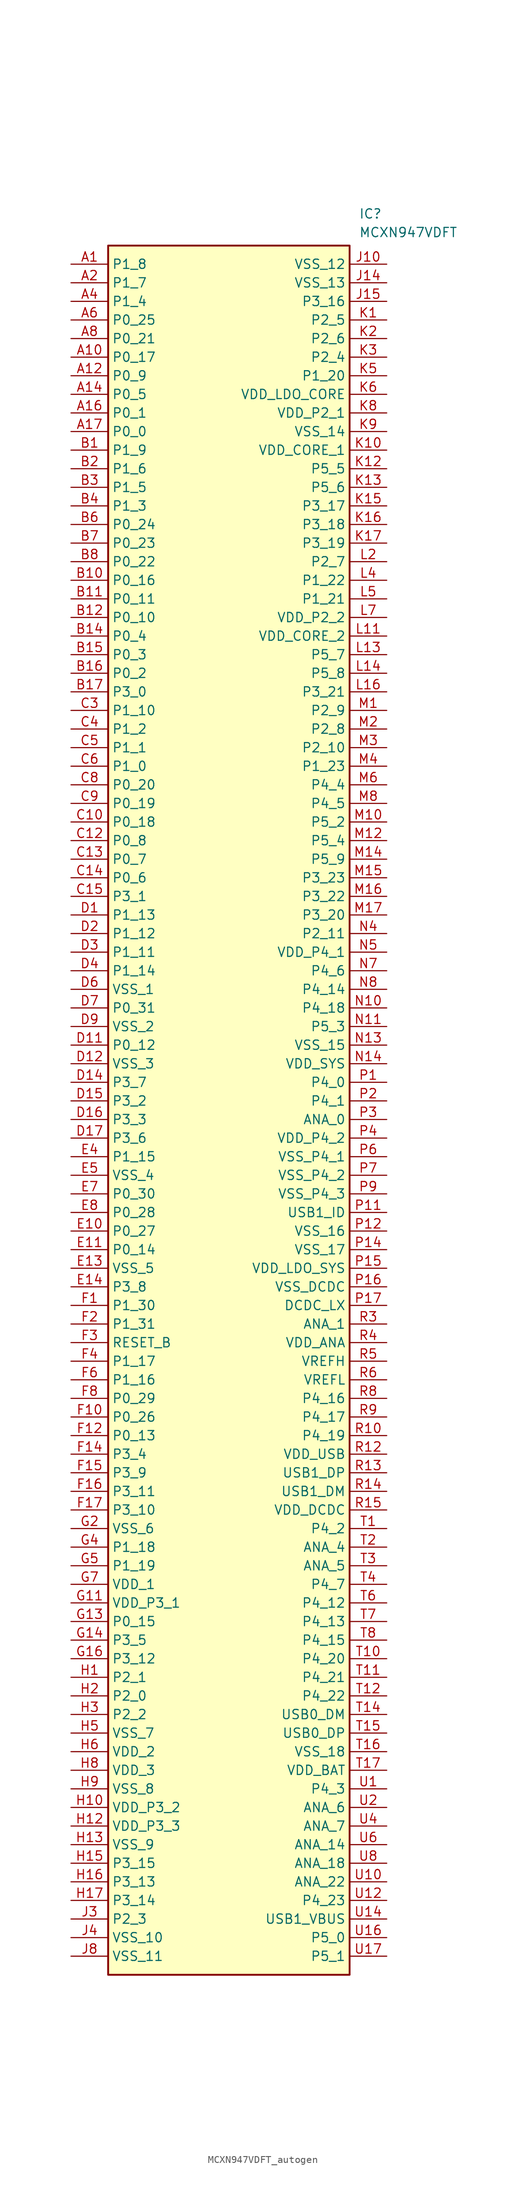
<source format=kicad_sym>
(kicad_symbol_lib
  (version 20231120)
  (generator "kicad_symbol_editor")
  (generator_version "8.0")
  (symbol "MCXN947VDFT_autogen"
    (property "Reference" "IC"
      (at 39.37 7.62 0)
      (effects (font (size 1.27 1.27)) (justify left top)))
    (property "Value" "MCXN947VDFT"
      (at 39.37 5.08 0)
      (effects (font (size 1.27 1.27)) (justify left top)))
    (symbol "MCXN947VDFT_autogen_1_1"
      (rectangle (start 5.08 2.54) (end 38.1 -233.68) (stroke (width 0.254) (type default)) (fill (type background)))
      (pin passive line (at 0 0 0) (length 5.08) (name "P1_8" (effects (font (size 1.27 1.27)))) (number "A1" (effects (font (size 1.27 1.27)))))
      (pin passive line (at 0 -12.7 0) (length 5.08) (name "P0_17" (effects (font (size 1.27 1.27)))) (number "A10" (effects (font (size 1.27 1.27)))))
      (pin passive line (at 0 -15.24 0) (length 5.08) (name "P0_9" (effects (font (size 1.27 1.27)))) (number "A12" (effects (font (size 1.27 1.27)))))
      (pin passive line (at 0 -17.78 0) (length 5.08) (name "P0_5" (effects (font (size 1.27 1.27)))) (number "A14" (effects (font (size 1.27 1.27)))))
      (pin passive line (at 0 -20.32 0) (length 5.08) (name "P0_1" (effects (font (size 1.27 1.27)))) (number "A16" (effects (font (size 1.27 1.27)))))
      (pin passive line (at 0 -22.86 0) (length 5.08) (name "P0_0" (effects (font (size 1.27 1.27)))) (number "A17" (effects (font (size 1.27 1.27)))))
      (pin passive line (at 0 -2.54 0) (length 5.08) (name "P1_7" (effects (font (size 1.27 1.27)))) (number "A2" (effects (font (size 1.27 1.27)))))
      (pin passive line (at 0 -5.08 0) (length 5.08) (name "P1_4" (effects (font (size 1.27 1.27)))) (number "A4" (effects (font (size 1.27 1.27)))))
      (pin passive line (at 0 -7.62 0) (length 5.08) (name "P0_25" (effects (font (size 1.27 1.27)))) (number "A6" (effects (font (size 1.27 1.27)))))
      (pin passive line (at 0 -10.16 0) (length 5.08) (name "P0_21" (effects (font (size 1.27 1.27)))) (number "A8" (effects (font (size 1.27 1.27)))))
      (pin passive line (at 0 -25.4 0) (length 5.08) (name "P1_9" (effects (font (size 1.27 1.27)))) (number "B1" (effects (font (size 1.27 1.27)))))
      (pin passive line (at 0 -43.18 0) (length 5.08) (name "P0_16" (effects (font (size 1.27 1.27)))) (number "B10" (effects (font (size 1.27 1.27)))))
      (pin passive line (at 0 -45.72 0) (length 5.08) (name "P0_11" (effects (font (size 1.27 1.27)))) (number "B11" (effects (font (size 1.27 1.27)))))
      (pin passive line (at 0 -48.26 0) (length 5.08) (name "P0_10" (effects (font (size 1.27 1.27)))) (number "B12" (effects (font (size 1.27 1.27)))))
      (pin passive line (at 0 -50.8 0) (length 5.08) (name "P0_4" (effects (font (size 1.27 1.27)))) (number "B14" (effects (font (size 1.27 1.27)))))
      (pin passive line (at 0 -53.34 0) (length 5.08) (name "P0_3" (effects (font (size 1.27 1.27)))) (number "B15" (effects (font (size 1.27 1.27)))))
      (pin passive line (at 0 -55.88 0) (length 5.08) (name "P0_2" (effects (font (size 1.27 1.27)))) (number "B16" (effects (font (size 1.27 1.27)))))
      (pin passive line (at 0 -58.42 0) (length 5.08) (name "P3_0" (effects (font (size 1.27 1.27)))) (number "B17" (effects (font (size 1.27 1.27)))))
      (pin passive line (at 0 -27.94 0) (length 5.08) (name "P1_6" (effects (font (size 1.27 1.27)))) (number "B2" (effects (font (size 1.27 1.27)))))
      (pin passive line (at 0 -30.48 0) (length 5.08) (name "P1_5" (effects (font (size 1.27 1.27)))) (number "B3" (effects (font (size 1.27 1.27)))))
      (pin passive line (at 0 -33.02 0) (length 5.08) (name "P1_3" (effects (font (size 1.27 1.27)))) (number "B4" (effects (font (size 1.27 1.27)))))
      (pin passive line (at 0 -35.56 0) (length 5.08) (name "P0_24" (effects (font (size 1.27 1.27)))) (number "B6" (effects (font (size 1.27 1.27)))))
      (pin passive line (at 0 -38.1 0) (length 5.08) (name "P0_23" (effects (font (size 1.27 1.27)))) (number "B7" (effects (font (size 1.27 1.27)))))
      (pin passive line (at 0 -40.64 0) (length 5.08) (name "P0_22" (effects (font (size 1.27 1.27)))) (number "B8" (effects (font (size 1.27 1.27)))))
      (pin passive line (at 0 -76.2 0) (length 5.08) (name "P0_18" (effects (font (size 1.27 1.27)))) (number "C10" (effects (font (size 1.27 1.27)))))
      (pin passive line (at 0 -78.74 0) (length 5.08) (name "P0_8" (effects (font (size 1.27 1.27)))) (number "C12" (effects (font (size 1.27 1.27)))))
      (pin passive line (at 0 -81.28 0) (length 5.08) (name "P0_7" (effects (font (size 1.27 1.27)))) (number "C13" (effects (font (size 1.27 1.27)))))
      (pin passive line (at 0 -83.82 0) (length 5.08) (name "P0_6" (effects (font (size 1.27 1.27)))) (number "C14" (effects (font (size 1.27 1.27)))))
      (pin passive line (at 0 -86.36 0) (length 5.08) (name "P3_1" (effects (font (size 1.27 1.27)))) (number "C15" (effects (font (size 1.27 1.27)))))
      (pin passive line (at 0 -60.96 0) (length 5.08) (name "P1_10" (effects (font (size 1.27 1.27)))) (number "C3" (effects (font (size 1.27 1.27)))))
      (pin passive line (at 0 -63.5 0) (length 5.08) (name "P1_2" (effects (font (size 1.27 1.27)))) (number "C4" (effects (font (size 1.27 1.27)))))
      (pin passive line (at 0 -66.04 0) (length 5.08) (name "P1_1" (effects (font (size 1.27 1.27)))) (number "C5" (effects (font (size 1.27 1.27)))))
      (pin passive line (at 0 -68.58 0) (length 5.08) (name "P1_0" (effects (font (size 1.27 1.27)))) (number "C6" (effects (font (size 1.27 1.27)))))
      (pin passive line (at 0 -71.12 0) (length 5.08) (name "P0_20" (effects (font (size 1.27 1.27)))) (number "C8" (effects (font (size 1.27 1.27)))))
      (pin passive line (at 0 -73.66 0) (length 5.08) (name "P0_19" (effects (font (size 1.27 1.27)))) (number "C9" (effects (font (size 1.27 1.27)))))
      (pin passive line (at 0 -88.9 0) (length 5.08) (name "P1_13" (effects (font (size 1.27 1.27)))) (number "D1" (effects (font (size 1.27 1.27)))))
      (pin passive line (at 0 -106.68 0) (length 5.08) (name "P0_12" (effects (font (size 1.27 1.27)))) (number "D11" (effects (font (size 1.27 1.27)))))
      (pin passive line (at 0 -109.22 0) (length 5.08) (name "VSS_3" (effects (font (size 1.27 1.27)))) (number "D12" (effects (font (size 1.27 1.27)))))
      (pin passive line (at 0 -111.76 0) (length 5.08) (name "P3_7" (effects (font (size 1.27 1.27)))) (number "D14" (effects (font (size 1.27 1.27)))))
      (pin passive line (at 0 -114.3 0) (length 5.08) (name "P3_2" (effects (font (size 1.27 1.27)))) (number "D15" (effects (font (size 1.27 1.27)))))
      (pin passive line (at 0 -116.84 0) (length 5.08) (name "P3_3" (effects (font (size 1.27 1.27)))) (number "D16" (effects (font (size 1.27 1.27)))))
      (pin passive line (at 0 -119.38 0) (length 5.08) (name "P3_6" (effects (font (size 1.27 1.27)))) (number "D17" (effects (font (size 1.27 1.27)))))
      (pin passive line (at 0 -91.44 0) (length 5.08) (name "P1_12" (effects (font (size 1.27 1.27)))) (number "D2" (effects (font (size 1.27 1.27)))))
      (pin passive line (at 0 -93.98 0) (length 5.08) (name "P1_11" (effects (font (size 1.27 1.27)))) (number "D3" (effects (font (size 1.27 1.27)))))
      (pin passive line (at 0 -96.52 0) (length 5.08) (name "P1_14" (effects (font (size 1.27 1.27)))) (number "D4" (effects (font (size 1.27 1.27)))))
      (pin passive line (at 0 -99.06 0) (length 5.08) (name "VSS_1" (effects (font (size 1.27 1.27)))) (number "D6" (effects (font (size 1.27 1.27)))))
      (pin passive line (at 0 -101.6 0) (length 5.08) (name "P0_31" (effects (font (size 1.27 1.27)))) (number "D7" (effects (font (size 1.27 1.27)))))
      (pin passive line (at 0 -104.14 0) (length 5.08) (name "VSS_2" (effects (font (size 1.27 1.27)))) (number "D9" (effects (font (size 1.27 1.27)))))
      (pin passive line (at 0 -132.08 0) (length 5.08) (name "P0_27" (effects (font (size 1.27 1.27)))) (number "E10" (effects (font (size 1.27 1.27)))))
      (pin passive line (at 0 -134.62 0) (length 5.08) (name "P0_14" (effects (font (size 1.27 1.27)))) (number "E11" (effects (font (size 1.27 1.27)))))
      (pin passive line (at 0 -137.16 0) (length 5.08) (name "VSS_5" (effects (font (size 1.27 1.27)))) (number "E13" (effects (font (size 1.27 1.27)))))
      (pin passive line (at 0 -139.7 0) (length 5.08) (name "P3_8" (effects (font (size 1.27 1.27)))) (number "E14" (effects (font (size 1.27 1.27)))))
      (pin passive line (at 0 -121.92 0) (length 5.08) (name "P1_15" (effects (font (size 1.27 1.27)))) (number "E4" (effects (font (size 1.27 1.27)))))
      (pin passive line (at 0 -124.46 0) (length 5.08) (name "VSS_4" (effects (font (size 1.27 1.27)))) (number "E5" (effects (font (size 1.27 1.27)))))
      (pin passive line (at 0 -127 0) (length 5.08) (name "P0_30" (effects (font (size 1.27 1.27)))) (number "E7" (effects (font (size 1.27 1.27)))))
      (pin passive line (at 0 -129.54 0) (length 5.08) (name "P0_28" (effects (font (size 1.27 1.27)))) (number "E8" (effects (font (size 1.27 1.27)))))
      (pin passive line (at 0 -142.24 0) (length 5.08) (name "P1_30" (effects (font (size 1.27 1.27)))) (number "F1" (effects (font (size 1.27 1.27)))))
      (pin passive line (at 0 -157.48 0) (length 5.08) (name "P0_26" (effects (font (size 1.27 1.27)))) (number "F10" (effects (font (size 1.27 1.27)))))
      (pin passive line (at 0 -160.02 0) (length 5.08) (name "P0_13" (effects (font (size 1.27 1.27)))) (number "F12" (effects (font (size 1.27 1.27)))))
      (pin passive line (at 0 -162.56 0) (length 5.08) (name "P3_4" (effects (font (size 1.27 1.27)))) (number "F14" (effects (font (size 1.27 1.27)))))
      (pin passive line (at 0 -165.1 0) (length 5.08) (name "P3_9" (effects (font (size 1.27 1.27)))) (number "F15" (effects (font (size 1.27 1.27)))))
      (pin passive line (at 0 -167.64 0) (length 5.08) (name "P3_11" (effects (font (size 1.27 1.27)))) (number "F16" (effects (font (size 1.27 1.27)))))
      (pin passive line (at 0 -170.18 0) (length 5.08) (name "P3_10" (effects (font (size 1.27 1.27)))) (number "F17" (effects (font (size 1.27 1.27)))))
      (pin passive line (at 0 -144.78 0) (length 5.08) (name "P1_31" (effects (font (size 1.27 1.27)))) (number "F2" (effects (font (size 1.27 1.27)))))
      (pin passive line (at 0 -147.32 0) (length 5.08) (name "RESET_B" (effects (font (size 1.27 1.27)))) (number "F3" (effects (font (size 1.27 1.27)))))
      (pin passive line (at 0 -149.86 0) (length 5.08) (name "P1_17" (effects (font (size 1.27 1.27)))) (number "F4" (effects (font (size 1.27 1.27)))))
      (pin passive line (at 0 -152.4 0) (length 5.08) (name "P1_16" (effects (font (size 1.27 1.27)))) (number "F6" (effects (font (size 1.27 1.27)))))
      (pin passive line (at 0 -154.94 0) (length 5.08) (name "P0_29" (effects (font (size 1.27 1.27)))) (number "F8" (effects (font (size 1.27 1.27)))))
      (pin passive line (at 0 -182.88 0) (length 5.08) (name "VDD_P3_1" (effects (font (size 1.27 1.27)))) (number "G11" (effects (font (size 1.27 1.27)))))
      (pin passive line (at 0 -185.42 0) (length 5.08) (name "P0_15" (effects (font (size 1.27 1.27)))) (number "G13" (effects (font (size 1.27 1.27)))))
      (pin passive line (at 0 -187.96 0) (length 5.08) (name "P3_5" (effects (font (size 1.27 1.27)))) (number "G14" (effects (font (size 1.27 1.27)))))
      (pin passive line (at 0 -190.5 0) (length 5.08) (name "P3_12" (effects (font (size 1.27 1.27)))) (number "G16" (effects (font (size 1.27 1.27)))))
      (pin passive line (at 0 -172.72 0) (length 5.08) (name "VSS_6" (effects (font (size 1.27 1.27)))) (number "G2" (effects (font (size 1.27 1.27)))))
      (pin passive line (at 0 -175.26 0) (length 5.08) (name "P1_18" (effects (font (size 1.27 1.27)))) (number "G4" (effects (font (size 1.27 1.27)))))
      (pin passive line (at 0 -177.8 0) (length 5.08) (name "P1_19" (effects (font (size 1.27 1.27)))) (number "G5" (effects (font (size 1.27 1.27)))))
      (pin passive line (at 0 -180.34 0) (length 5.08) (name "VDD_1" (effects (font (size 1.27 1.27)))) (number "G7" (effects (font (size 1.27 1.27)))))
      (pin passive line (at 0 -193.04 0) (length 5.08) (name "P2_1" (effects (font (size 1.27 1.27)))) (number "H1" (effects (font (size 1.27 1.27)))))
      (pin passive line (at 0 -210.82 0) (length 5.08) (name "VDD_P3_2" (effects (font (size 1.27 1.27)))) (number "H10" (effects (font (size 1.27 1.27)))))
      (pin passive line (at 0 -213.36 0) (length 5.08) (name "VDD_P3_3" (effects (font (size 1.27 1.27)))) (number "H12" (effects (font (size 1.27 1.27)))))
      (pin passive line (at 0 -215.9 0) (length 5.08) (name "VSS_9" (effects (font (size 1.27 1.27)))) (number "H13" (effects (font (size 1.27 1.27)))))
      (pin passive line (at 0 -218.44 0) (length 5.08) (name "P3_15" (effects (font (size 1.27 1.27)))) (number "H15" (effects (font (size 1.27 1.27)))))
      (pin passive line (at 0 -220.98 0) (length 5.08) (name "P3_13" (effects (font (size 1.27 1.27)))) (number "H16" (effects (font (size 1.27 1.27)))))
      (pin passive line (at 0 -223.52 0) (length 5.08) (name "P3_14" (effects (font (size 1.27 1.27)))) (number "H17" (effects (font (size 1.27 1.27)))))
      (pin passive line (at 0 -195.58 0) (length 5.08) (name "P2_0" (effects (font (size 1.27 1.27)))) (number "H2" (effects (font (size 1.27 1.27)))))
      (pin passive line (at 0 -198.12 0) (length 5.08) (name "P2_2" (effects (font (size 1.27 1.27)))) (number "H3" (effects (font (size 1.27 1.27)))))
      (pin passive line (at 0 -200.66 0) (length 5.08) (name "VSS_7" (effects (font (size 1.27 1.27)))) (number "H5" (effects (font (size 1.27 1.27)))))
      (pin passive line (at 0 -203.2 0) (length 5.08) (name "VDD_2" (effects (font (size 1.27 1.27)))) (number "H6" (effects (font (size 1.27 1.27)))))
      (pin passive line (at 0 -205.74 0) (length 5.08) (name "VDD_3" (effects (font (size 1.27 1.27)))) (number "H8" (effects (font (size 1.27 1.27)))))
      (pin passive line (at 0 -208.28 0) (length 5.08) (name "VSS_8" (effects (font (size 1.27 1.27)))) (number "H9" (effects (font (size 1.27 1.27)))))
      (pin passive line (at 43.18 0 180) (length 5.08) (name "VSS_12" (effects (font (size 1.27 1.27)))) (number "J10" (effects (font (size 1.27 1.27)))))
      (pin passive line (at 43.18 -2.54 180) (length 5.08) (name "VSS_13" (effects (font (size 1.27 1.27)))) (number "J14" (effects (font (size 1.27 1.27)))))
      (pin passive line (at 43.18 -5.08 180) (length 5.08) (name "P3_16" (effects (font (size 1.27 1.27)))) (number "J15" (effects (font (size 1.27 1.27)))))
      (pin passive line (at 0 -226.06 0) (length 5.08) (name "P2_3" (effects (font (size 1.27 1.27)))) (number "J3" (effects (font (size 1.27 1.27)))))
      (pin passive line (at 0 -228.6 0) (length 5.08) (name "VSS_10" (effects (font (size 1.27 1.27)))) (number "J4" (effects (font (size 1.27 1.27)))))
      (pin passive line (at 0 -231.14 0) (length 5.08) (name "VSS_11" (effects (font (size 1.27 1.27)))) (number "J8" (effects (font (size 1.27 1.27)))))
      (pin passive line (at 43.18 -7.62 180) (length 5.08) (name "P2_5" (effects (font (size 1.27 1.27)))) (number "K1" (effects (font (size 1.27 1.27)))))
      (pin passive line (at 43.18 -25.4 180) (length 5.08) (name "VDD_CORE_1" (effects (font (size 1.27 1.27)))) (number "K10" (effects (font (size 1.27 1.27)))))
      (pin passive line (at 43.18 -27.94 180) (length 5.08) (name "P5_5" (effects (font (size 1.27 1.27)))) (number "K12" (effects (font (size 1.27 1.27)))))
      (pin passive line (at 43.18 -30.48 180) (length 5.08) (name "P5_6" (effects (font (size 1.27 1.27)))) (number "K13" (effects (font (size 1.27 1.27)))))
      (pin passive line (at 43.18 -33.02 180) (length 5.08) (name "P3_17" (effects (font (size 1.27 1.27)))) (number "K15" (effects (font (size 1.27 1.27)))))
      (pin passive line (at 43.18 -35.56 180) (length 5.08) (name "P3_18" (effects (font (size 1.27 1.27)))) (number "K16" (effects (font (size 1.27 1.27)))))
      (pin passive line (at 43.18 -38.1 180) (length 5.08) (name "P3_19" (effects (font (size 1.27 1.27)))) (number "K17" (effects (font (size 1.27 1.27)))))
      (pin passive line (at 43.18 -10.16 180) (length 5.08) (name "P2_6" (effects (font (size 1.27 1.27)))) (number "K2" (effects (font (size 1.27 1.27)))))
      (pin passive line (at 43.18 -12.7 180) (length 5.08) (name "P2_4" (effects (font (size 1.27 1.27)))) (number "K3" (effects (font (size 1.27 1.27)))))
      (pin passive line (at 43.18 -15.24 180) (length 5.08) (name "P1_20" (effects (font (size 1.27 1.27)))) (number "K5" (effects (font (size 1.27 1.27)))))
      (pin passive line (at 43.18 -17.78 180) (length 5.08) (name "VDD_LDO_CORE" (effects (font (size 1.27 1.27)))) (number "K6" (effects (font (size 1.27 1.27)))))
      (pin passive line (at 43.18 -20.32 180) (length 5.08) (name "VDD_P2_1" (effects (font (size 1.27 1.27)))) (number "K8" (effects (font (size 1.27 1.27)))))
      (pin passive line (at 43.18 -22.86 180) (length 5.08) (name "VSS_14" (effects (font (size 1.27 1.27)))) (number "K9" (effects (font (size 1.27 1.27)))))
      (pin passive line (at 43.18 -50.8 180) (length 5.08) (name "VDD_CORE_2" (effects (font (size 1.27 1.27)))) (number "L11" (effects (font (size 1.27 1.27)))))
      (pin passive line (at 43.18 -53.34 180) (length 5.08) (name "P5_7" (effects (font (size 1.27 1.27)))) (number "L13" (effects (font (size 1.27 1.27)))))
      (pin passive line (at 43.18 -55.88 180) (length 5.08) (name "P5_8" (effects (font (size 1.27 1.27)))) (number "L14" (effects (font (size 1.27 1.27)))))
      (pin passive line (at 43.18 -58.42 180) (length 5.08) (name "P3_21" (effects (font (size 1.27 1.27)))) (number "L16" (effects (font (size 1.27 1.27)))))
      (pin passive line (at 43.18 -40.64 180) (length 5.08) (name "P2_7" (effects (font (size 1.27 1.27)))) (number "L2" (effects (font (size 1.27 1.27)))))
      (pin passive line (at 43.18 -43.18 180) (length 5.08) (name "P1_22" (effects (font (size 1.27 1.27)))) (number "L4" (effects (font (size 1.27 1.27)))))
      (pin passive line (at 43.18 -45.72 180) (length 5.08) (name "P1_21" (effects (font (size 1.27 1.27)))) (number "L5" (effects (font (size 1.27 1.27)))))
      (pin passive line (at 43.18 -48.26 180) (length 5.08) (name "VDD_P2_2" (effects (font (size 1.27 1.27)))) (number "L7" (effects (font (size 1.27 1.27)))))
      (pin passive line (at 43.18 -60.96 180) (length 5.08) (name "P2_9" (effects (font (size 1.27 1.27)))) (number "M1" (effects (font (size 1.27 1.27)))))
      (pin passive line (at 43.18 -76.2 180) (length 5.08) (name "P5_2" (effects (font (size 1.27 1.27)))) (number "M10" (effects (font (size 1.27 1.27)))))
      (pin passive line (at 43.18 -78.74 180) (length 5.08) (name "P5_4" (effects (font (size 1.27 1.27)))) (number "M12" (effects (font (size 1.27 1.27)))))
      (pin passive line (at 43.18 -81.28 180) (length 5.08) (name "P5_9" (effects (font (size 1.27 1.27)))) (number "M14" (effects (font (size 1.27 1.27)))))
      (pin passive line (at 43.18 -83.82 180) (length 5.08) (name "P3_23" (effects (font (size 1.27 1.27)))) (number "M15" (effects (font (size 1.27 1.27)))))
      (pin passive line (at 43.18 -86.36 180) (length 5.08) (name "P3_22" (effects (font (size 1.27 1.27)))) (number "M16" (effects (font (size 1.27 1.27)))))
      (pin passive line (at 43.18 -88.9 180) (length 5.08) (name "P3_20" (effects (font (size 1.27 1.27)))) (number "M17" (effects (font (size 1.27 1.27)))))
      (pin passive line (at 43.18 -63.5 180) (length 5.08) (name "P2_8" (effects (font (size 1.27 1.27)))) (number "M2" (effects (font (size 1.27 1.27)))))
      (pin passive line (at 43.18 -66.04 180) (length 5.08) (name "P2_10" (effects (font (size 1.27 1.27)))) (number "M3" (effects (font (size 1.27 1.27)))))
      (pin passive line (at 43.18 -68.58 180) (length 5.08) (name "P1_23" (effects (font (size 1.27 1.27)))) (number "M4" (effects (font (size 1.27 1.27)))))
      (pin passive line (at 43.18 -71.12 180) (length 5.08) (name "P4_4" (effects (font (size 1.27 1.27)))) (number "M6" (effects (font (size 1.27 1.27)))))
      (pin passive line (at 43.18 -73.66 180) (length 5.08) (name "P4_5" (effects (font (size 1.27 1.27)))) (number "M8" (effects (font (size 1.27 1.27)))))
      (pin passive line (at 43.18 -101.6 180) (length 5.08) (name "P4_18" (effects (font (size 1.27 1.27)))) (number "N10" (effects (font (size 1.27 1.27)))))
      (pin passive line (at 43.18 -104.14 180) (length 5.08) (name "P5_3" (effects (font (size 1.27 1.27)))) (number "N11" (effects (font (size 1.27 1.27)))))
      (pin passive line (at 43.18 -106.68 180) (length 5.08) (name "VSS_15" (effects (font (size 1.27 1.27)))) (number "N13" (effects (font (size 1.27 1.27)))))
      (pin passive line (at 43.18 -109.22 180) (length 5.08) (name "VDD_SYS" (effects (font (size 1.27 1.27)))) (number "N14" (effects (font (size 1.27 1.27)))))
      (pin passive line (at 43.18 -91.44 180) (length 5.08) (name "P2_11" (effects (font (size 1.27 1.27)))) (number "N4" (effects (font (size 1.27 1.27)))))
      (pin passive line (at 43.18 -93.98 180) (length 5.08) (name "VDD_P4_1" (effects (font (size 1.27 1.27)))) (number "N5" (effects (font (size 1.27 1.27)))))
      (pin passive line (at 43.18 -96.52 180) (length 5.08) (name "P4_6" (effects (font (size 1.27 1.27)))) (number "N7" (effects (font (size 1.27 1.27)))))
      (pin passive line (at 43.18 -99.06 180) (length 5.08) (name "P4_14" (effects (font (size 1.27 1.27)))) (number "N8" (effects (font (size 1.27 1.27)))))
      (pin passive line (at 43.18 -111.76 180) (length 5.08) (name "P4_0" (effects (font (size 1.27 1.27)))) (number "P1" (effects (font (size 1.27 1.27)))))
      (pin passive line (at 43.18 -129.54 180) (length 5.08) (name "USB1_ID" (effects (font (size 1.27 1.27)))) (number "P11" (effects (font (size 1.27 1.27)))))
      (pin passive line (at 43.18 -132.08 180) (length 5.08) (name "VSS_16" (effects (font (size 1.27 1.27)))) (number "P12" (effects (font (size 1.27 1.27)))))
      (pin passive line (at 43.18 -134.62 180) (length 5.08) (name "VSS_17" (effects (font (size 1.27 1.27)))) (number "P14" (effects (font (size 1.27 1.27)))))
      (pin passive line (at 43.18 -137.16 180) (length 5.08) (name "VDD_LDO_SYS" (effects (font (size 1.27 1.27)))) (number "P15" (effects (font (size 1.27 1.27)))))
      (pin passive line (at 43.18 -139.7 180) (length 5.08) (name "VSS_DCDC" (effects (font (size 1.27 1.27)))) (number "P16" (effects (font (size 1.27 1.27)))))
      (pin passive line (at 43.18 -142.24 180) (length 5.08) (name "DCDC_LX" (effects (font (size 1.27 1.27)))) (number "P17" (effects (font (size 1.27 1.27)))))
      (pin passive line (at 43.18 -114.3 180) (length 5.08) (name "P4_1" (effects (font (size 1.27 1.27)))) (number "P2" (effects (font (size 1.27 1.27)))))
      (pin passive line (at 43.18 -116.84 180) (length 5.08) (name "ANA_0" (effects (font (size 1.27 1.27)))) (number "P3" (effects (font (size 1.27 1.27)))))
      (pin passive line (at 43.18 -119.38 180) (length 5.08) (name "VDD_P4_2" (effects (font (size 1.27 1.27)))) (number "P4" (effects (font (size 1.27 1.27)))))
      (pin passive line (at 43.18 -121.92 180) (length 5.08) (name "VSS_P4_1" (effects (font (size 1.27 1.27)))) (number "P6" (effects (font (size 1.27 1.27)))))
      (pin passive line (at 43.18 -124.46 180) (length 5.08) (name "VSS_P4_2" (effects (font (size 1.27 1.27)))) (number "P7" (effects (font (size 1.27 1.27)))))
      (pin passive line (at 43.18 -127 180) (length 5.08) (name "VSS_P4_3" (effects (font (size 1.27 1.27)))) (number "P9" (effects (font (size 1.27 1.27)))))
      (pin passive line (at 43.18 -160.02 180) (length 5.08) (name "P4_19" (effects (font (size 1.27 1.27)))) (number "R10" (effects (font (size 1.27 1.27)))))
      (pin passive line (at 43.18 -162.56 180) (length 5.08) (name "VDD_USB" (effects (font (size 1.27 1.27)))) (number "R12" (effects (font (size 1.27 1.27)))))
      (pin passive line (at 43.18 -165.1 180) (length 5.08) (name "USB1_DP" (effects (font (size 1.27 1.27)))) (number "R13" (effects (font (size 1.27 1.27)))))
      (pin passive line (at 43.18 -167.64 180) (length 5.08) (name "USB1_DM" (effects (font (size 1.27 1.27)))) (number "R14" (effects (font (size 1.27 1.27)))))
      (pin passive line (at 43.18 -170.18 180) (length 5.08) (name "VDD_DCDC" (effects (font (size 1.27 1.27)))) (number "R15" (effects (font (size 1.27 1.27)))))
      (pin passive line (at 43.18 -144.78 180) (length 5.08) (name "ANA_1" (effects (font (size 1.27 1.27)))) (number "R3" (effects (font (size 1.27 1.27)))))
      (pin passive line (at 43.18 -147.32 180) (length 5.08) (name "VDD_ANA" (effects (font (size 1.27 1.27)))) (number "R4" (effects (font (size 1.27 1.27)))))
      (pin passive line (at 43.18 -149.86 180) (length 5.08) (name "VREFH" (effects (font (size 1.27 1.27)))) (number "R5" (effects (font (size 1.27 1.27)))))
      (pin passive line (at 43.18 -152.4 180) (length 5.08) (name "VREFL" (effects (font (size 1.27 1.27)))) (number "R6" (effects (font (size 1.27 1.27)))))
      (pin passive line (at 43.18 -154.94 180) (length 5.08) (name "P4_16" (effects (font (size 1.27 1.27)))) (number "R8" (effects (font (size 1.27 1.27)))))
      (pin passive line (at 43.18 -157.48 180) (length 5.08) (name "P4_17" (effects (font (size 1.27 1.27)))) (number "R9" (effects (font (size 1.27 1.27)))))
      (pin passive line (at 43.18 -172.72 180) (length 5.08) (name "P4_2" (effects (font (size 1.27 1.27)))) (number "T1" (effects (font (size 1.27 1.27)))))
      (pin passive line (at 43.18 -190.5 180) (length 5.08) (name "P4_20" (effects (font (size 1.27 1.27)))) (number "T10" (effects (font (size 1.27 1.27)))))
      (pin passive line (at 43.18 -193.04 180) (length 5.08) (name "P4_21" (effects (font (size 1.27 1.27)))) (number "T11" (effects (font (size 1.27 1.27)))))
      (pin passive line (at 43.18 -195.58 180) (length 5.08) (name "P4_22" (effects (font (size 1.27 1.27)))) (number "T12" (effects (font (size 1.27 1.27)))))
      (pin passive line (at 43.18 -198.12 180) (length 5.08) (name "USB0_DM" (effects (font (size 1.27 1.27)))) (number "T14" (effects (font (size 1.27 1.27)))))
      (pin passive line (at 43.18 -200.66 180) (length 5.08) (name "USB0_DP" (effects (font (size 1.27 1.27)))) (number "T15" (effects (font (size 1.27 1.27)))))
      (pin passive line (at 43.18 -203.2 180) (length 5.08) (name "VSS_18" (effects (font (size 1.27 1.27)))) (number "T16" (effects (font (size 1.27 1.27)))))
      (pin passive line (at 43.18 -205.74 180) (length 5.08) (name "VDD_BAT" (effects (font (size 1.27 1.27)))) (number "T17" (effects (font (size 1.27 1.27)))))
      (pin passive line (at 43.18 -175.26 180) (length 5.08) (name "ANA_4" (effects (font (size 1.27 1.27)))) (number "T2" (effects (font (size 1.27 1.27)))))
      (pin passive line (at 43.18 -177.8 180) (length 5.08) (name "ANA_5" (effects (font (size 1.27 1.27)))) (number "T3" (effects (font (size 1.27 1.27)))))
      (pin passive line (at 43.18 -180.34 180) (length 5.08) (name "P4_7" (effects (font (size 1.27 1.27)))) (number "T4" (effects (font (size 1.27 1.27)))))
      (pin passive line (at 43.18 -182.88 180) (length 5.08) (name "P4_12" (effects (font (size 1.27 1.27)))) (number "T6" (effects (font (size 1.27 1.27)))))
      (pin passive line (at 43.18 -185.42 180) (length 5.08) (name "P4_13" (effects (font (size 1.27 1.27)))) (number "T7" (effects (font (size 1.27 1.27)))))
      (pin passive line (at 43.18 -187.96 180) (length 5.08) (name "P4_15" (effects (font (size 1.27 1.27)))) (number "T8" (effects (font (size 1.27 1.27)))))
      (pin passive line (at 43.18 -208.28 180) (length 5.08) (name "P4_3" (effects (font (size 1.27 1.27)))) (number "U1" (effects (font (size 1.27 1.27)))))
      (pin passive line (at 43.18 -220.98 180) (length 5.08) (name "ANA_22" (effects (font (size 1.27 1.27)))) (number "U10" (effects (font (size 1.27 1.27)))))
      (pin passive line (at 43.18 -223.52 180) (length 5.08) (name "P4_23" (effects (font (size 1.27 1.27)))) (number "U12" (effects (font (size 1.27 1.27)))))
      (pin passive line (at 43.18 -226.06 180) (length 5.08) (name "USB1_VBUS" (effects (font (size 1.27 1.27)))) (number "U14" (effects (font (size 1.27 1.27)))))
      (pin passive line (at 43.18 -228.6 180) (length 5.08) (name "P5_0" (effects (font (size 1.27 1.27)))) (number "U16" (effects (font (size 1.27 1.27)))))
      (pin passive line (at 43.18 -231.14 180) (length 5.08) (name "P5_1" (effects (font (size 1.27 1.27)))) (number "U17" (effects (font (size 1.27 1.27)))))
      (pin passive line (at 43.18 -210.82 180) (length 5.08) (name "ANA_6" (effects (font (size 1.27 1.27)))) (number "U2" (effects (font (size 1.27 1.27)))))
      (pin passive line (at 43.18 -213.36 180) (length 5.08) (name "ANA_7" (effects (font (size 1.27 1.27)))) (number "U4" (effects (font (size 1.27 1.27)))))
      (pin passive line (at 43.18 -215.9 180) (length 5.08) (name "ANA_14" (effects (font (size 1.27 1.27)))) (number "U6" (effects (font (size 1.27 1.27)))))
      (pin passive line (at 43.18 -218.44 180) (length 5.08) (name "ANA_18" (effects (font (size 1.27 1.27)))) (number "U8" (effects (font (size 1.27 1.27))))))))
</source>
